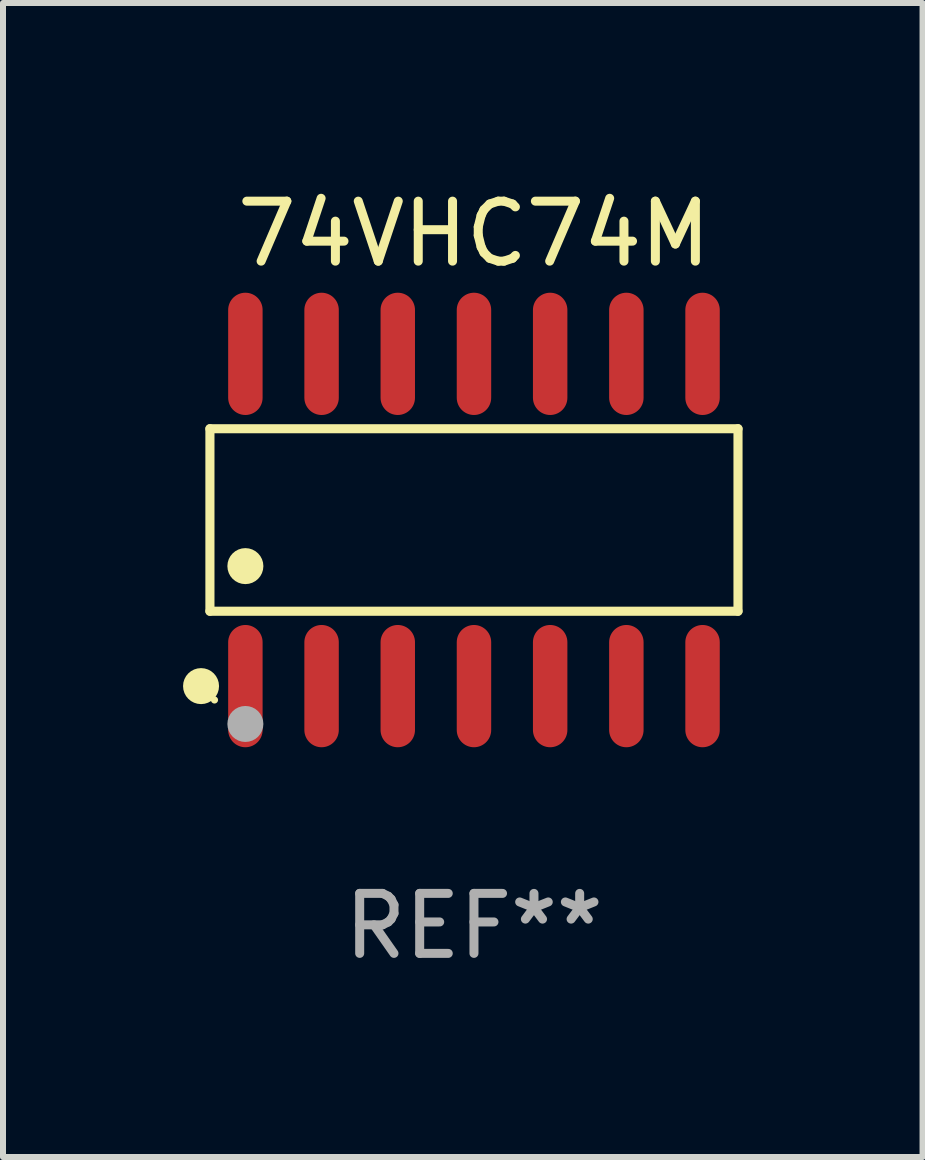
<source format=kicad_pcb>
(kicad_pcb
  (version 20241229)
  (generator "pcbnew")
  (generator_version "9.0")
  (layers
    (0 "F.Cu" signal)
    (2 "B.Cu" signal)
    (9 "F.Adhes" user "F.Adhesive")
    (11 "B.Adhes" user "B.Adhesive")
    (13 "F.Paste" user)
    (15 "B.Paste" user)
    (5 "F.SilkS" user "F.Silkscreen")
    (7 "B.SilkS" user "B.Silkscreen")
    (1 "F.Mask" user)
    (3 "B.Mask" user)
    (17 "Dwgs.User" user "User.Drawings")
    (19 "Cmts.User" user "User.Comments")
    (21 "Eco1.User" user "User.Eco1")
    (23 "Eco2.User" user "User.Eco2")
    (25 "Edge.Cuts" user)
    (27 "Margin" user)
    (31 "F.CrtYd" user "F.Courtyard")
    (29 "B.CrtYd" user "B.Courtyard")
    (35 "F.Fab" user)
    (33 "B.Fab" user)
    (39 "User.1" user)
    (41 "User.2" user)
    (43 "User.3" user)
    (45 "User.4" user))
  (footprint "74VHC74M"
    (layer "F.Cu")
    (at 4.85 5.617)
    (property "Reference" "74VHC74M" (at 0 -4.769 0) (layer "F.SilkS") (effects (font (size 1 1) (thickness 0.15))))
    (attr through_hole)
    (fp_line (start -4.401 -1.521) (end 4.401 -1.521) (stroke (width 0.152) (type solid)) (layer "F.SilkS"))
    (fp_line (start -4.401 1.521) (end -4.401 -1.521) (stroke (width 0.152) (type solid)) (layer "F.SilkS"))
    (fp_line (start 4.401 -1.521) (end 4.401 1.521) (stroke (width 0.152) (type solid)) (layer "F.SilkS"))
    (fp_line (start 4.401 1.521) (end -4.401 1.521) (stroke (width 0.152) (type solid)) (layer "F.SilkS"))
    (fp_circle (center -4.549 2.769) (end -4.399 2.769) (stroke (width 0.3) (type solid)) (fill no) (layer "F.SilkS"))
    (fp_circle (center -4.325 3) (end -4.295 3) (stroke (width 0.06) (type solid)) (fill no) (layer "F.SilkS"))
    (fp_circle (center -3.81 0.769) (end -3.66 0.769) (stroke (width 0.3) (type solid)) (fill no) (layer "F.SilkS"))
    (fp_circle (center -3.81 3.4) (end -3.66 3.4) (stroke (width 0.3) (type solid)) (fill no) (layer "F.Fab"))
    (fp_text user "REF**" (at 0 6.769 0) (layer "F.Fab") (effects (font (size 1 1) (thickness 0.15))))
    (pad "1" smd oval (at -3.81 2.769) (size 0.574 2.038) (layers "F.Cu" "F.Mask" "F.Paste"))
    (pad "2" smd oval (at -2.54 2.769) (size 0.574 2.038) (layers "F.Cu" "F.Mask" "F.Paste"))
    (pad "3" smd oval (at -1.27 2.769) (size 0.574 2.038) (layers "F.Cu" "F.Mask" "F.Paste"))
    (pad "4" smd oval (at 0 2.769) (size 0.574 2.038) (layers "F.Cu" "F.Mask" "F.Paste"))
    (pad "5" smd oval (at 1.27 2.769) (size 0.574 2.038) (layers "F.Cu" "F.Mask" "F.Paste"))
    (pad "6" smd oval (at 2.54 2.769) (size 0.574 2.038) (layers "F.Cu" "F.Mask" "F.Paste"))
    (pad "7" smd oval (at 3.81 2.769) (size 0.574 2.038) (layers "F.Cu" "F.Mask" "F.Paste"))
    (pad "8" smd oval (at 3.81 -2.769) (size 0.574 2.038) (layers "F.Cu" "F.Mask" "F.Paste"))
    (pad "9" smd oval (at 2.54 -2.769) (size 0.574 2.038) (layers "F.Cu" "F.Mask" "F.Paste"))
    (pad "10" smd oval (at 1.27 -2.769) (size 0.574 2.038) (layers "F.Cu" "F.Mask" "F.Paste"))
    (pad "11" smd oval (at 0 -2.769) (size 0.574 2.038) (layers "F.Cu" "F.Mask" "F.Paste"))
    (pad "12" smd oval (at -1.27 -2.769) (size 0.574 2.038) (layers "F.Cu" "F.Mask" "F.Paste"))
    (pad "13" smd oval (at -2.54 -2.769) (size 0.574 2.038) (layers "F.Cu" "F.Mask" "F.Paste"))
    (pad "14" smd oval (at -3.81 -2.769) (size 0.574 2.038) (layers "F.Cu" "F.Mask" "F.Paste")))
  (gr_rect
    (start -3 -3)
    (end 12.327 16.235)
    (stroke (width 0.1) (type default))
    (fill no)
    (layer "Edge.Cuts")))
</source>
